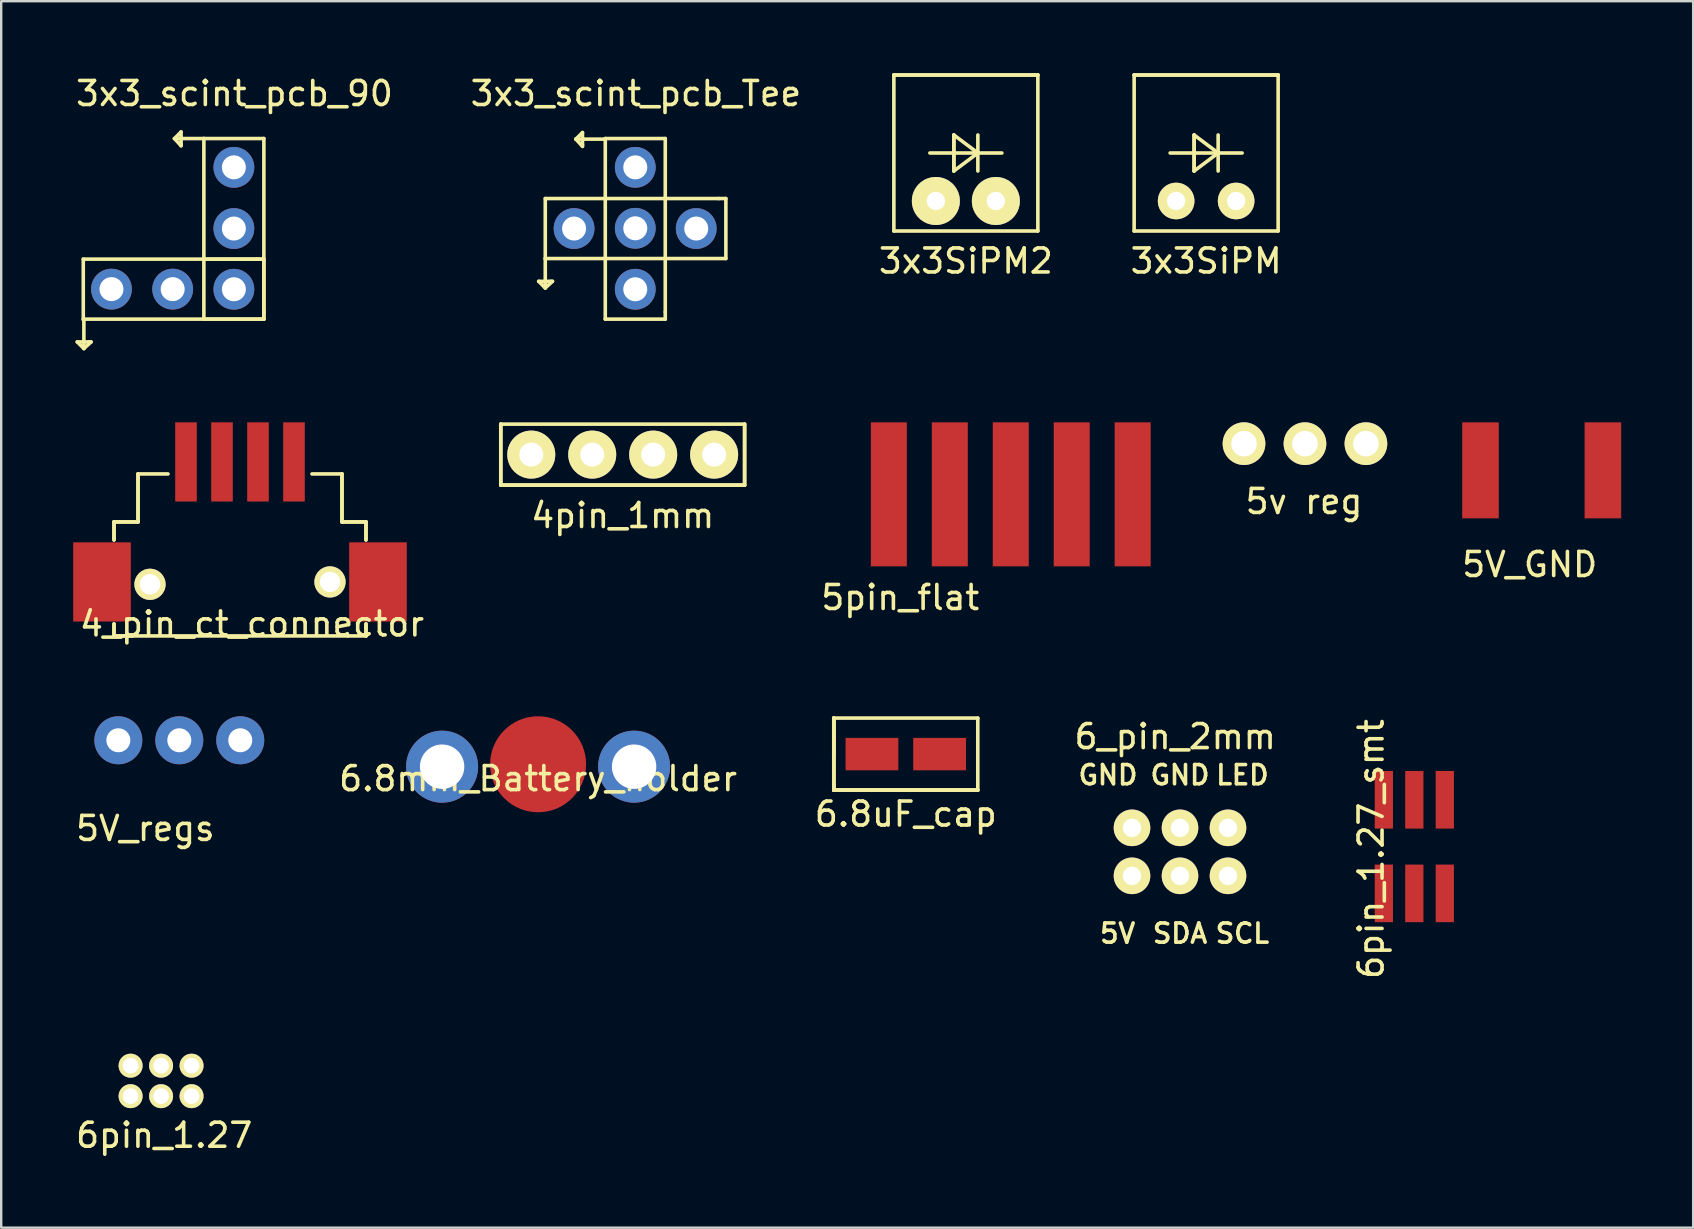
<source format=kicad_pcb>
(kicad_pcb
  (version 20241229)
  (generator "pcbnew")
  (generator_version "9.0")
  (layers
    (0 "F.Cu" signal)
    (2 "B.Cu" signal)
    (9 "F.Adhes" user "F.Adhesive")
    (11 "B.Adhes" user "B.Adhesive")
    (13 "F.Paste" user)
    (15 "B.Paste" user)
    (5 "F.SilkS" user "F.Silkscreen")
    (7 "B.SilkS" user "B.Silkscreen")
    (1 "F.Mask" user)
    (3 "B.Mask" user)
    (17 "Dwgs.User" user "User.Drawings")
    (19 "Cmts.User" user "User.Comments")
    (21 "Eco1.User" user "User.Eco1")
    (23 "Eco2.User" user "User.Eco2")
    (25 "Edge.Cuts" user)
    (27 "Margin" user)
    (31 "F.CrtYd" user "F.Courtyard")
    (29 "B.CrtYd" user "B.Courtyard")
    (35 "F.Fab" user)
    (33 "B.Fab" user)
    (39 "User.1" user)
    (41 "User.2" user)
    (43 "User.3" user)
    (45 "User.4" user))
  (footprint "3x3_scint_pcb_Tee"
    (layer "F.Cu")
    (at 23.421 6.473)
    (property "Reference" "3x3_scint_pcb_Tee" (at 0.025 -5.625 0) (layer "F.SilkS") (effects (font (size 1 1) (thickness 0.15))))
    (attr through_hole)
    (fp_line (start -4.025 2.2) (end -3.525 2.2) (stroke (width 0.15) (type solid)) (layer "F.SilkS"))
    (fp_line (start -3.75 -1.25) (end 3.475 -1.25) (stroke (width 0.15) (type solid)) (layer "F.SilkS"))
    (fp_line (start -3.75 1.25) (end -3.75 -1.25) (stroke (width 0.15) (type solid)) (layer "F.SilkS"))
    (fp_line (start -3.75 1.25) (end -3.75 2.475) (stroke (width 0.15) (type solid)) (layer "F.SilkS"))
    (fp_line (start -3.75 2.475) (end -4.025 2.2) (stroke (width 0.15) (type solid)) (layer "F.SilkS"))
    (fp_line (start -3.525 2.2) (end -3.45 2.2) (stroke (width 0.15) (type solid)) (layer "F.SilkS"))
    (fp_line (start -3.45 2.2) (end -3.75 2.475) (stroke (width 0.15) (type solid)) (layer "F.SilkS"))
    (fp_line (start -2.475 -3.725) (end -2.2 -4) (stroke (width 0.15) (type solid)) (layer "F.SilkS"))
    (fp_line (start -2.2 -4) (end -2.2 -3.5) (stroke (width 0.15) (type solid)) (layer "F.SilkS"))
    (fp_line (start -2.2 -3.5) (end -2.2 -3.425) (stroke (width 0.15) (type solid)) (layer "F.SilkS"))
    (fp_line (start -2.2 -3.425) (end -2.475 -3.725) (stroke (width 0.15) (type solid)) (layer "F.SilkS"))
    (fp_line (start -1.25 -3.75) (end 1.25 -3.75) (stroke (width 0.15) (type solid)) (layer "F.SilkS"))
    (fp_line (start -1.25 -3.725) (end -2.475 -3.725) (stroke (width 0.15) (type solid)) (layer "F.SilkS"))
    (fp_line (start -1.25 3.775) (end -1.25 -3.75) (stroke (width 0.15) (type solid)) (layer "F.SilkS"))
    (fp_line (start 1.25 -3.75) (end 1.25 3.475) (stroke (width 0.15) (type solid)) (layer "F.SilkS"))
    (fp_line (start 1.25 3.475) (end 1.25 3.775) (stroke (width 0.15) (type solid)) (layer "F.SilkS"))
    (fp_line (start 1.25 3.775) (end -1.25 3.775) (stroke (width 0.15) (type solid)) (layer "F.SilkS"))
    (fp_line (start 3.475 -1.25) (end 3.775 -1.25) (stroke (width 0.15) (type solid)) (layer "F.SilkS"))
    (fp_line (start 3.775 -1.25) (end 3.775 1.25) (stroke (width 0.15) (type solid)) (layer "F.SilkS"))
    (fp_line (start 3.775 1.25) (end -3.75 1.25) (stroke (width 0.15) (type solid)) (layer "F.SilkS"))
    (pad "1" thru_hole circle (at -2.55 0) (size 1.7 1.7) (drill 1) (layers "*.Cu" "*.Mask"))
    (pad "1" thru_hole circle (at 0 -2.55) (size 1.7 1.7) (drill 1) (layers "*.Cu" "*.Mask"))
    (pad "2" thru_hole circle (at 0 -0.01) (size 1.7 1.7) (drill 1) (layers "*.Cu" "*.Mask"))
    (pad "3" thru_hole circle (at 0 2.53) (size 1.7 1.7) (drill 1) (layers "*.Cu" "*.Mask"))
    (pad "3" thru_hole circle (at 2.54 0) (size 1.7 1.7) (drill 1) (layers "*.Cu" "*.Mask")))
  (footprint "6pin_1.27_smt"
    (layer "F.Cu")
    (at 55.883 32.226)
    (property "Reference" "6pin_1.27_smt" (at -1.8 0.1 90) (layer "F.SilkS") (effects (font (size 1 1) (thickness 0.15))))
    (attr through_hole)
    (pad "1" smd rect (at -1.27 1.95) (size 0.76 2.4) (layers "F.Cu" "F.Mask" "F.Paste"))
    (pad "2" smd rect (at -1.27 -1.95) (size 0.76 2.4) (layers "F.Cu" "F.Mask" "F.Paste"))
    (pad "3" smd rect (at 0 1.95) (size 0.76 2.4) (layers "F.Cu" "F.Mask" "F.Paste"))
    (pad "4" smd rect (at 0 -1.95) (size 0.76 2.4) (layers "F.Cu" "F.Mask" "F.Paste"))
    (pad "5" smd rect (at 1.27 1.95) (size 0.76 2.4) (layers "F.Cu" "F.Mask" "F.Paste"))
    (pad "6" smd rect (at 1.27 -1.95) (size 0.76 2.4) (layers "F.Cu" "F.Mask" "F.Paste")))
  (footprint "3x3SiPM2"
    (layer "F.Cu")
    (at 37.196 3.325)
    (property "Reference" "3x3SiPM2" (at 0 4.5 0) (layer "F.SilkS") (effects (font (size 1 1) (thickness 0.15))))
    (attr through_hole)
    (fp_line (start -3 -3.25) (end 3 -3.25) (stroke (width 0.15) (type solid)) (layer "F.SilkS"))
    (fp_line (start -3 3.25) (end -3 -3.25) (stroke (width 0.15) (type solid)) (layer "F.SilkS"))
    (fp_line (start -1.5 0) (end 1.5 0) (stroke (width 0.15) (type solid)) (layer "F.SilkS"))
    (fp_line (start -0.5 -0.75) (end -0.5 0.75) (stroke (width 0.15) (type solid)) (layer "F.SilkS"))
    (fp_line (start -0.5 -0.75) (end 0.5 0) (stroke (width 0.15) (type solid)) (layer "F.SilkS"))
    (fp_line (start -0.5 0.75) (end -0.5 -0.75) (stroke (width 0.15) (type solid)) (layer "F.SilkS"))
    (fp_line (start -0.5 0.75) (end 0.5 0) (stroke (width 0.15) (type solid)) (layer "F.SilkS"))
    (fp_line (start 0.5 -0.75) (end 0.5 0.75) (stroke (width 0.15) (type solid)) (layer "F.SilkS"))
    (fp_line (start 3 -3.25) (end -3 -3.25) (stroke (width 0.15) (type solid)) (layer "F.SilkS"))
    (fp_line (start 3 -3.25) (end 3 3.25) (stroke (width 0.15) (type solid)) (layer "F.SilkS"))
    (fp_line (start 3 3.25) (end -3 3.25) (stroke (width 0.15) (type solid)) (layer "F.SilkS"))
    (pad "1" thru_hole circle (at -1.25 2) (size 2 2) (drill 0.762) (layers "*.Cu" "*.Mask" "F.SilkS"))
    (pad "2" thru_hole circle (at 1.25 2) (size 2 2) (drill 0.762) (layers "*.Cu" "*.Mask" "F.SilkS")))
  (footprint "6.8mm_Battery_holder"
    (layer "F.Cu")
    (at 19.372 28.896)
    (property "Reference" "6.8mm_Battery_holder" (at 0 0.5 0) (layer "F.SilkS") (effects (font (size 1 1) (thickness 0.15))))
    (attr through_hole)
    (pad "1" smd circle (at 0 -0.1) (size 4 4) (layers "F.Cu" "F.Mask" "F.Paste"))
    (pad "2" thru_hole circle (at -4 0) (size 3 3) (drill 1.85) (layers "*.Cu" "*.Mask"))
    (pad "2" thru_hole circle (at 4 0) (size 3 3) (drill 1.85) (layers "*.Cu" "*.Mask")))
  (footprint "3x3SiPM"
    (layer "F.Cu")
    (at 47.208 3.325)
    (property "Reference" "3x3SiPM" (at 0 4.5 0) (layer "F.SilkS") (effects (font (size 1 1) (thickness 0.15))))
    (attr through_hole)
    (fp_line (start -3 -3.25) (end 3 -3.25) (stroke (width 0.15) (type solid)) (layer "F.SilkS"))
    (fp_line (start -3 3.25) (end -3 -3.25) (stroke (width 0.15) (type solid)) (layer "F.SilkS"))
    (fp_line (start -1.5 0) (end 1.5 0) (stroke (width 0.15) (type solid)) (layer "F.SilkS"))
    (fp_line (start -0.5 -0.75) (end -0.5 0.75) (stroke (width 0.15) (type solid)) (layer "F.SilkS"))
    (fp_line (start -0.5 -0.75) (end 0.5 0) (stroke (width 0.15) (type solid)) (layer "F.SilkS"))
    (fp_line (start -0.5 0.75) (end -0.5 -0.75) (stroke (width 0.15) (type solid)) (layer "F.SilkS"))
    (fp_line (start -0.5 0.75) (end 0.5 0) (stroke (width 0.15) (type solid)) (layer "F.SilkS"))
    (fp_line (start 0.5 -0.75) (end 0.5 0.75) (stroke (width 0.15) (type solid)) (layer "F.SilkS"))
    (fp_line (start 3 -3.25) (end -3 -3.25) (stroke (width 0.15) (type solid)) (layer "F.SilkS"))
    (fp_line (start 3 -3.25) (end 3 3.25) (stroke (width 0.15) (type solid)) (layer "F.SilkS"))
    (fp_line (start 3 3.25) (end -3 3.25) (stroke (width 0.15) (type solid)) (layer "F.SilkS"))
    (pad "1" thru_hole circle (at -1.25 2) (size 1.524 1.524) (drill 0.762) (layers "*.Cu" "*.Mask" "F.SilkS"))
    (pad "2" thru_hole circle (at 1.25 2) (size 1.524 1.524) (drill 0.762) (layers "*.Cu" "*.Mask" "F.SilkS")))
  (footprint "5v reg"
    (layer "F.Cu")
    (at 48.786 15.447)
    (property "Reference" "5v reg" (at 2.5 2.4 0) (layer "F.SilkS") (effects (font (size 1 1) (thickness 0.15))))
    (attr through_hole)
    (pad "1" thru_hole circle (at 0 -0.01) (size 1.778 1.778) (drill 1.067) (layers "*.Cu" "*.Mask" "F.SilkS"))
    (pad "9" thru_hole circle (at 2.54 -0.01) (size 1.778 1.778) (drill 1.067) (layers "*.Cu" "*.Mask" "F.SilkS"))
    (pad "10" thru_hole circle (at 5.08 -0.01) (size 1.778 1.778) (drill 1.067) (layers "*.Cu" "*.Mask" "F.SilkS")))
  (footprint "5V_regs"
    (layer "F.Cu")
    (at 3.056 28.221)
    (property "Reference" "5V_regs" (at -0.05 3.25 0) (layer "F.SilkS") (effects (font (size 1 1) (thickness 0.15))))
    (attr through_hole)
    (pad "1" thru_hole circle (at -1.175 -0.425) (size 2 2) (drill 1) (layers "*.Cu" "*.Mask"))
    (pad "2" thru_hole circle (at 1.365 -0.425) (size 2 2) (drill 1) (layers "*.Cu" "*.Mask"))
    (pad "3" thru_hole circle (at 3.905 -0.425) (size 2 2) (drill 1) (layers "*.Cu" "*.Mask")))
  (footprint "6_pin_2mm"
    (layer "F.Cu")
    (at 44.119 31.445)
    (property "Reference" "6_pin_2mm" (at 1.8 -3.8 180) (layer "F.SilkS") (effects (font (size 1 1) (thickness 0.15))))
    (attr through_hole)
    (fp_text user "5V" (at -0.6 4.4 0) (layer "F.SilkS") (effects (font (size 0.8 0.8) (thickness 0.15))))
    (fp_text user "SCL" (at 4.6 4.4 0) (layer "F.SilkS") (effects (font (size 0.8 0.8) (thickness 0.15))))
    (fp_text user "GND" (at 2 -2.2 0) (layer "F.SilkS") (effects (font (size 0.8 0.8) (thickness 0.15))))
    (fp_text user "SDA" (at 2 4.4 0) (layer "F.SilkS") (effects (font (size 0.8 0.8) (thickness 0.15))))
    (fp_text user "GND" (at -1 -2.2 0) (layer "F.SilkS") (effects (font (size 0.8 0.8) (thickness 0.15))))
    (fp_text user "LED" (at 4.6 -2.2 0) (layer "F.SilkS") (effects (font (size 0.8 0.8) (thickness 0.15))))
    (pad "1" thru_hole circle (at 0 0) (size 1.524 1.524) (drill 0.762) (layers "*.Cu" "*.Mask" "F.SilkS"))
    (pad "2" thru_hole circle (at 0 2) (size 1.524 1.524) (drill 0.762) (layers "*.Cu" "*.Mask" "F.SilkS"))
    (pad "3" thru_hole circle (at 2 0) (size 1.524 1.524) (drill 0.762) (layers "*.Cu" "*.Mask" "F.SilkS"))
    (pad "4" thru_hole circle (at 2 2) (size 1.524 1.524) (drill 0.762) (layers "*.Cu" "*.Mask" "F.SilkS"))
    (pad "5" thru_hole circle (at 4 0) (size 1.524 1.524) (drill 0.762) (layers "*.Cu" "*.Mask" "F.SilkS"))
    (pad "6" thru_hole circle (at 4 2) (size 1.524 1.524) (drill 0.762) (layers "*.Cu" "*.Mask" "F.SilkS")))
  (footprint "5V_GND"
    (layer "F.Cu")
    (at 60.69 19.973)
    (property "Reference" "5V_GND" (at 0 0.5 0) (layer "F.SilkS") (effects (font (size 1 1) (thickness 0.15))))
    (attr through_hole)
    (pad "1" smd rect (at -2.05 -3.425) (size 1.524 4) (layers "F.Cu" "F.Mask" "F.Paste"))
    (pad "2" smd rect (at 3.05 -3.425) (size 1.524 4) (layers "F.Cu" "F.Mask" "F.Paste")))
  (footprint "6pin_1.27"
    (layer "F.Cu")
    (at 2.392 41.356)
    (property "Reference" "6pin_1.27" (at 1.4 2.9 0) (layer "F.SilkS") (effects (font (size 1 1) (thickness 0.15))))
    (attr through_hole)
    (pad "1" thru_hole circle (at 0 0) (size 1 1) (drill 0.65) (layers "*.Cu" "*.Mask" "F.SilkS"))
    (pad "2" thru_hole circle (at 1.27 0) (size 1 1) (drill 0.65) (layers "*.Cu" "*.Mask" "F.SilkS"))
    (pad "3" thru_hole circle (at 2.54 0) (size 1 1) (drill 0.65) (layers "*.Cu" "*.Mask" "F.SilkS"))
    (pad "6" thru_hole circle (at 0 1.27) (size 1 1) (drill 0.65) (layers "*.Cu" "*.Mask" "F.SilkS"))
    (pad "7" thru_hole circle (at 1.27 1.27) (size 1 1) (drill 0.65) (layers "*.Cu" "*.Mask" "F.SilkS"))
    (pad "8" thru_hole circle (at 2.54 1.27) (size 1 1) (drill 0.65) (layers "*.Cu" "*.Mask" "F.SilkS")))
  (footprint "3x3_scint_pcb_90"
    (layer "F.Cu")
    (at 6.695 6.473)
    (property "Reference" "3x3_scint_pcb_90" (at 0.025 -5.625 0) (layer "F.SilkS") (effects (font (size 1 1) (thickness 0.15))))
    (attr through_hole)
    (fp_line (start -6.525 4.725) (end -6.025 4.725) (stroke (width 0.15) (type solid)) (layer "F.SilkS"))
    (fp_line (start -6.275 1.275) (end -6.275 3.8) (stroke (width 0.15) (type solid)) (layer "F.SilkS"))
    (fp_line (start -6.275 1.275) (end 0.95 1.275) (stroke (width 0.15) (type solid)) (layer "F.SilkS"))
    (fp_line (start -6.25 3.775) (end -6.25 5) (stroke (width 0.15) (type solid)) (layer "F.SilkS"))
    (fp_line (start -6.25 5) (end -6.525 4.725) (stroke (width 0.15) (type solid)) (layer "F.SilkS"))
    (fp_line (start -6.025 4.725) (end -5.95 4.725) (stroke (width 0.15) (type solid)) (layer "F.SilkS"))
    (fp_line (start -5.95 4.725) (end -6.25 5) (stroke (width 0.15) (type solid)) (layer "F.SilkS"))
    (fp_line (start -2.475 -3.75) (end -2.2 -4.025) (stroke (width 0.15) (type solid)) (layer "F.SilkS"))
    (fp_line (start -2.2 -4.025) (end -2.2 -3.525) (stroke (width 0.15) (type solid)) (layer "F.SilkS"))
    (fp_line (start -2.2 -3.525) (end -2.2 -3.45) (stroke (width 0.15) (type solid)) (layer "F.SilkS"))
    (fp_line (start -2.2 -3.45) (end -2.475 -3.75) (stroke (width 0.15) (type solid)) (layer "F.SilkS"))
    (fp_line (start -1.275 1.275) (end 1.225 1.275) (stroke (width 0.15) (type solid)) (layer "F.SilkS"))
    (fp_line (start -1.25 -3.75) (end -2.475 -3.75) (stroke (width 0.15) (type solid)) (layer "F.SilkS"))
    (fp_line (start -1.25 -3.75) (end 1.25 -3.75) (stroke (width 0.15) (type solid)) (layer "F.SilkS"))
    (fp_line (start -1.25 3.775) (end -1.25 -3.75) (stroke (width 0.15) (type solid)) (layer "F.SilkS"))
    (fp_line (start 0.95 1.275) (end 1.25 1.275) (stroke (width 0.15) (type solid)) (layer "F.SilkS"))
    (fp_line (start 1.25 -3.75) (end 1.25 3.475) (stroke (width 0.15) (type solid)) (layer "F.SilkS"))
    (fp_line (start 1.25 1.275) (end 1.25 3.775) (stroke (width 0.15) (type solid)) (layer "F.SilkS"))
    (fp_line (start 1.25 3.475) (end 1.25 3.775) (stroke (width 0.15) (type solid)) (layer "F.SilkS"))
    (fp_line (start 1.25 3.775) (end -6.275 3.775) (stroke (width 0.15) (type solid)) (layer "F.SilkS"))
    (fp_line (start 1.25 3.775) (end -1.25 3.775) (stroke (width 0.15) (type solid)) (layer "F.SilkS"))
    (pad "1" thru_hole circle (at -5.1 2.525) (size 1.7 1.7) (drill 1) (layers "*.Cu" "*.Mask"))
    (pad "1" thru_hole circle (at 0 -2.55) (size 1.7 1.7) (drill 1) (layers "*.Cu" "*.Mask"))
    (pad "2" thru_hole circle (at -2.55 2.525) (size 1.7 1.7) (drill 1) (layers "*.Cu" "*.Mask"))
    (pad "2" thru_hole circle (at 0 0) (size 1.7 1.7) (drill 1) (layers "*.Cu" "*.Mask"))
    (pad "3" thru_hole circle (at 0 2.53) (size 1.7 1.7) (drill 1) (layers "*.Cu" "*.Mask")))
  (footprint "6.8uF_cap"
    (layer "F.Cu")
    (at 34.693 28.372)
    (property "Reference" "6.8uF_cap" (at 0 2.5 0) (layer "F.SilkS") (effects (font (size 1 1) (thickness 0.15))))
    (attr through_hole)
    (fp_line (start -3 -1.5) (end -3 1.5) (stroke (width 0.15) (type solid)) (layer "F.SilkS"))
    (fp_line (start -3 -1.5) (end -3 1.5) (stroke (width 0.15) (type solid)) (layer "F.SilkS"))
    (fp_line (start -3 -1.5) (end 3 -1.5) (stroke (width 0.15) (type solid)) (layer "F.SilkS"))
    (fp_line (start -3 0) (end -3 -1.5) (stroke (width 0.15) (type solid)) (layer "F.SilkS"))
    (fp_line (start -3 1.5) (end -3 -1.5) (stroke (width 0.15) (type solid)) (layer "F.SilkS"))
    (fp_line (start -3 1.5) (end 3 1.5) (stroke (width 0.15) (type solid)) (layer "F.SilkS"))
    (fp_line (start -3 1.5) (end 3 1.5) (stroke (width 0.15) (type solid)) (layer "F.SilkS"))
    (fp_line (start 3 1.5) (end -3 1.5) (stroke (width 0.15) (type solid)) (layer "F.SilkS"))
    (fp_line (start 3 1.5) (end 3 -1.5) (stroke (width 0.15) (type solid)) (layer "F.SilkS"))
    (pad "1" smd rect (at -1.41 0) (size 2.2 1.35) (layers "F.Cu" "F.Mask" "F.Paste"))
    (pad "2" smd rect (at 1.41 0) (size 2.2 1.35) (layers "F.Cu" "F.Mask" "F.Paste")))
  (footprint "4_pin_ct_connector"
    (layer "F.Cu")
    (at 1.7 21.198)
    (property "Reference" "4_pin_ct_connector" (at 5.75 1.75 0) (layer "F.SilkS") (effects (font (size 1 1) (thickness 0.15))))
    (attr through_hole)
    (fp_line (start 0 -2.5) (end 0 -1.75) (stroke (width 0.15) (type solid)) (layer "F.SilkS"))
    (fp_line (start 0 -2.5) (end 1 -2.5) (stroke (width 0.15) (type solid)) (layer "F.SilkS"))
    (fp_line (start 0 -1.75) (end 0 -2.5) (stroke (width 0.15) (type solid)) (layer "F.SilkS"))
    (fp_line (start 0 1.75) (end 0 2.25) (stroke (width 0.15) (type solid)) (layer "F.SilkS"))
    (fp_line (start 0 2.25) (end 0 1.75) (stroke (width 0.15) (type solid)) (layer "F.SilkS"))
    (fp_line (start 0 2.25) (end 0.75 2.25) (stroke (width 0.15) (type solid)) (layer "F.SilkS"))
    (fp_line (start 0.75 2.25) (end 0 2.25) (stroke (width 0.15) (type solid)) (layer "F.SilkS"))
    (fp_line (start 0.75 2.25) (end 9.75 2.25) (stroke (width 0.15) (type solid)) (layer "F.SilkS"))
    (fp_line (start 1 -4.5) (end 1 -2.5) (stroke (width 0.15) (type solid)) (layer "F.SilkS"))
    (fp_line (start 1 -4.5) (end 2.25 -4.5) (stroke (width 0.15) (type solid)) (layer "F.SilkS"))
    (fp_line (start 1 -2.5) (end 0 -2.5) (stroke (width 0.15) (type solid)) (layer "F.SilkS"))
    (fp_line (start 1 -2.5) (end 1 -4.5) (stroke (width 0.15) (type solid)) (layer "F.SilkS"))
    (fp_line (start 9.5 -4.5) (end 8.25 -4.5) (stroke (width 0.15) (type solid)) (layer "F.SilkS"))
    (fp_line (start 9.5 -4.5) (end 9.5 -2.5) (stroke (width 0.15) (type solid)) (layer "F.SilkS"))
    (fp_line (start 9.5 -2.5) (end 9.5 -4.5) (stroke (width 0.15) (type solid)) (layer "F.SilkS"))
    (fp_line (start 9.5 -2.5) (end 10.5 -2.5) (stroke (width 0.15) (type solid)) (layer "F.SilkS"))
    (fp_line (start 10.5 -2.5) (end 9.5 -2.5) (stroke (width 0.15) (type solid)) (layer "F.SilkS"))
    (fp_line (start 10.5 -2.5) (end 10.5 -1.75) (stroke (width 0.15) (type solid)) (layer "F.SilkS"))
    (fp_line (start 10.5 -1.75) (end 10.5 -2.5) (stroke (width 0.15) (type solid)) (layer "F.SilkS"))
    (fp_line (start 10.5 1.75) (end 10.5 2.25) (stroke (width 0.15) (type solid)) (layer "F.SilkS"))
    (fp_line (start 10.5 2.25) (end 9.75 2.25) (stroke (width 0.15) (type solid)) (layer "F.SilkS"))
    (fp_line (start 10.5 2.25) (end 10.5 1.75) (stroke (width 0.15) (type solid)) (layer "F.SilkS"))
    (pad "1" smd rect (at 7.5 -5) (size 0.9 3.3) (layers "F.Cu" "F.Mask" "F.Paste"))
    (pad "2" smd rect (at -0.5 0) (size 2.4 3.3) (layers "F.Cu" "F.Mask" "F.Paste"))
    (pad "2" thru_hole circle (at 1.5 0.1) (size 1.3 1.3) (drill 0.85) (layers "*.Cu" "*.Mask" "F.SilkS"))
    (pad "2" smd rect (at 6 -5) (size 0.9 3.3) (layers "F.Cu" "F.Mask" "F.Paste"))
    (pad "2" smd rect (at 11 0) (size 2.4 3.3) (layers "F.Cu" "F.Mask" "F.Paste"))
    (pad "3" smd rect (at 4.5 -5) (size 0.9 3.3) (layers "F.Cu" "F.Mask" "F.Paste"))
    (pad "3" thru_hole circle (at 9 0) (size 1.3 1.3) (drill 0.85) (layers "*.Cu" "*.Mask" "F.SilkS"))
    (pad "4" smd rect (at 3 -5) (size 0.9 3.3) (layers "F.Cu" "F.Mask" "F.Paste")))
  (footprint "4pin_1mm"
    (layer "F.Cu")
    (at 22.897 15.893)
    (property "Reference" "4pin_1mm" (at 0 2.54 0) (layer "F.SilkS") (effects (font (size 1 1) (thickness 0.15))))
    (attr through_hole)
    (fp_line (start -5.08 -1.27) (end -5.08 1.27) (stroke (width 0.15) (type solid)) (layer "F.SilkS"))
    (fp_line (start -5.08 -1.27) (end -5.08 1.27) (stroke (width 0.15) (type solid)) (layer "F.SilkS"))
    (fp_line (start -5.08 1.27) (end 5.08 1.27) (stroke (width 0.15) (type solid)) (layer "F.SilkS"))
    (fp_line (start -5.08 1.27) (end 5.08 1.27) (stroke (width 0.15) (type solid)) (layer "F.SilkS"))
    (fp_line (start 5.08 -1.27) (end -5.08 -1.27) (stroke (width 0.15) (type solid)) (layer "F.SilkS"))
    (fp_line (start 5.08 1.27) (end 5.08 -1.27) (stroke (width 0.15) (type solid)) (layer "F.SilkS"))
    (fp_line (start 5.08 1.27) (end 5.08 -1.27) (stroke (width 0.15) (type solid)) (layer "F.SilkS"))
    (pad "1" thru_hole circle (at -3.81 0) (size 2 2) (drill 1) (layers "*.Cu" "*.Mask" "F.SilkS"))
    (pad "2" thru_hole circle (at -1.27 0) (size 2 2) (drill 1) (layers "*.Cu" "*.Mask" "F.SilkS"))
    (pad "3" thru_hole circle (at 1.27 0) (size 2 2) (drill 1) (layers "*.Cu" "*.Mask" "F.SilkS"))
    (pad "4" thru_hole circle (at 3.81 0) (size 2 2) (drill 1) (layers "*.Cu" "*.Mask" "F.SilkS")))
  (footprint "5pin_flat"
    (layer "F.Cu")
    (at 34.462 21.348)
    (property "Reference" "5pin_flat" (at 0 0.5 0) (layer "F.SilkS") (effects (font (size 1 1) (thickness 0.15))))
    (attr through_hole)
    (pad "1" smd rect (at -0.475 -3.8) (size 1.5 6) (layers "F.Cu" "F.Mask" "F.Paste"))
    (pad "2" smd rect (at 2.065 -3.8) (size 1.5 6) (layers "F.Cu" "F.Mask" "F.Paste"))
    (pad "3" smd rect (at 4.605 -3.8) (size 1.5 6) (layers "F.Cu" "F.Mask" "F.Paste"))
    (pad "4" smd rect (at 7.145 -3.8) (size 1.5 6) (layers "F.Cu" "F.Mask" "F.Paste"))
    (pad "5" smd rect (at 9.685 -3.8) (size 1.5 6) (layers "F.Cu" "F.Mask" "F.Paste")))
  (gr_rect
    (start -3 -3)
    (end 67.502 48.104)
    (stroke (width 0.1) (type default))
    (fill no)
    (layer "Edge.Cuts")))
</source>
